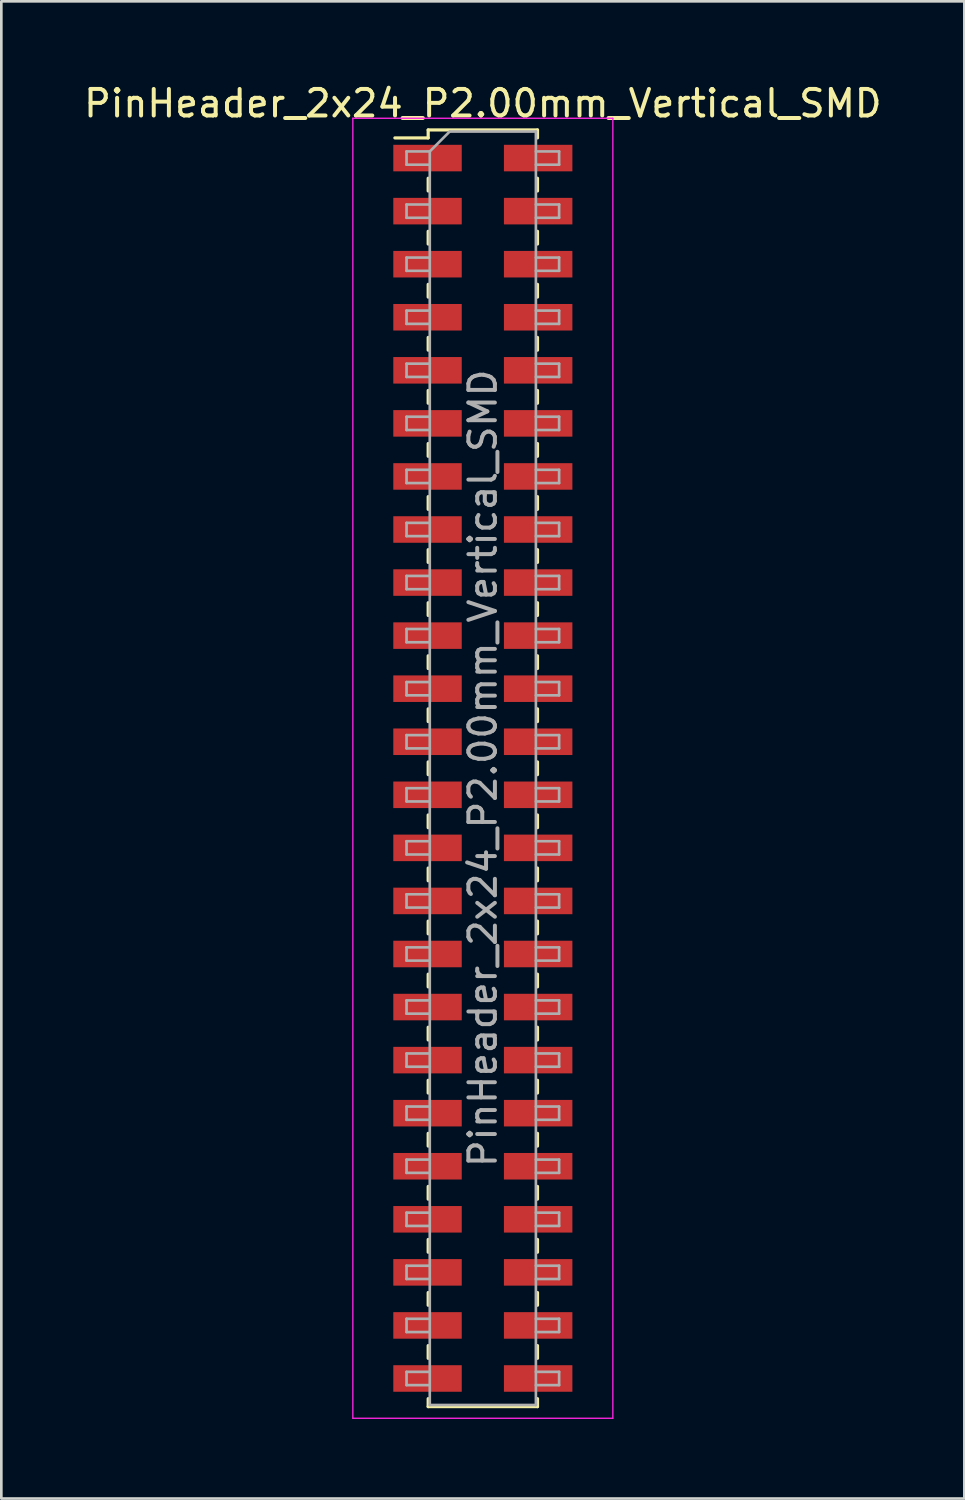
<source format=kicad_pcb>
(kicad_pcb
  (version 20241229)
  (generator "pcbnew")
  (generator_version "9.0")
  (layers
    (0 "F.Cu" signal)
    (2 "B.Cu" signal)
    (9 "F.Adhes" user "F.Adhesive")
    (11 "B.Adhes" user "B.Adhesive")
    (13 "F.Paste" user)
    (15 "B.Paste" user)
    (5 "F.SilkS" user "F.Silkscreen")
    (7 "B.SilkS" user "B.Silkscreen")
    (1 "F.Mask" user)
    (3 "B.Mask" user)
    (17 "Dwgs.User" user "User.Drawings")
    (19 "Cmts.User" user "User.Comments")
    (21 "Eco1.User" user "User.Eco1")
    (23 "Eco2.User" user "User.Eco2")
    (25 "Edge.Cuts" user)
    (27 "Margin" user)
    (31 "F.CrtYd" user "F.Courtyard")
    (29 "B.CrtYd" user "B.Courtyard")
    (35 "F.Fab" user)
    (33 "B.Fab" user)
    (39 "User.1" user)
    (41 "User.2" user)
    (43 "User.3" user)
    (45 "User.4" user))
  (footprint "PinHeader_2x24_P2.00mm_Vertical_SMD"
    (layer "F.Cu")
    (at 15.149 25.908)
    (property "Reference" "PinHeader_2x24_P2.00mm_Vertical_SMD" (at 0 -25.06 0) (layer "F.SilkS") (effects (font (size 1 1) (thickness 0.15))))
    (attr smd)
    (fp_line (start -3.315 -23.76) (end -2.06 -23.76) (stroke (width 0.12) (type solid)) (layer "F.SilkS"))
    (fp_line (start -2.06 -24.06) (end -2.06 -23.76) (stroke (width 0.12) (type solid)) (layer "F.SilkS"))
    (fp_line (start -2.06 -24.06) (end 2.06 -24.06) (stroke (width 0.12) (type solid)) (layer "F.SilkS"))
    (fp_line (start -2.06 -22.24) (end -2.06 -21.76) (stroke (width 0.12) (type solid)) (layer "F.SilkS"))
    (fp_line (start -2.06 -20.24) (end -2.06 -19.76) (stroke (width 0.12) (type solid)) (layer "F.SilkS"))
    (fp_line (start -2.06 -18.24) (end -2.06 -17.76) (stroke (width 0.12) (type solid)) (layer "F.SilkS"))
    (fp_line (start -2.06 -16.24) (end -2.06 -15.76) (stroke (width 0.12) (type solid)) (layer "F.SilkS"))
    (fp_line (start -2.06 -14.24) (end -2.06 -13.76) (stroke (width 0.12) (type solid)) (layer "F.SilkS"))
    (fp_line (start -2.06 -12.24) (end -2.06 -11.76) (stroke (width 0.12) (type solid)) (layer "F.SilkS"))
    (fp_line (start -2.06 -10.24) (end -2.06 -9.76) (stroke (width 0.12) (type solid)) (layer "F.SilkS"))
    (fp_line (start -2.06 -8.24) (end -2.06 -7.76) (stroke (width 0.12) (type solid)) (layer "F.SilkS"))
    (fp_line (start -2.06 -6.24) (end -2.06 -5.76) (stroke (width 0.12) (type solid)) (layer "F.SilkS"))
    (fp_line (start -2.06 -4.24) (end -2.06 -3.76) (stroke (width 0.12) (type solid)) (layer "F.SilkS"))
    (fp_line (start -2.06 -2.24) (end -2.06 -1.76) (stroke (width 0.12) (type solid)) (layer "F.SilkS"))
    (fp_line (start -2.06 -0.24) (end -2.06 0.24) (stroke (width 0.12) (type solid)) (layer "F.SilkS"))
    (fp_line (start -2.06 1.76) (end -2.06 2.24) (stroke (width 0.12) (type solid)) (layer "F.SilkS"))
    (fp_line (start -2.06 3.76) (end -2.06 4.24) (stroke (width 0.12) (type solid)) (layer "F.SilkS"))
    (fp_line (start -2.06 5.76) (end -2.06 6.24) (stroke (width 0.12) (type solid)) (layer "F.SilkS"))
    (fp_line (start -2.06 7.76) (end -2.06 8.24) (stroke (width 0.12) (type solid)) (layer "F.SilkS"))
    (fp_line (start -2.06 9.76) (end -2.06 10.24) (stroke (width 0.12) (type solid)) (layer "F.SilkS"))
    (fp_line (start -2.06 11.76) (end -2.06 12.24) (stroke (width 0.12) (type solid)) (layer "F.SilkS"))
    (fp_line (start -2.06 13.76) (end -2.06 14.24) (stroke (width 0.12) (type solid)) (layer "F.SilkS"))
    (fp_line (start -2.06 15.76) (end -2.06 16.24) (stroke (width 0.12) (type solid)) (layer "F.SilkS"))
    (fp_line (start -2.06 17.76) (end -2.06 18.24) (stroke (width 0.12) (type solid)) (layer "F.SilkS"))
    (fp_line (start -2.06 19.76) (end -2.06 20.24) (stroke (width 0.12) (type solid)) (layer "F.SilkS"))
    (fp_line (start -2.06 21.76) (end -2.06 22.24) (stroke (width 0.12) (type solid)) (layer "F.SilkS"))
    (fp_line (start -2.06 23.76) (end -2.06 24.06) (stroke (width 0.12) (type solid)) (layer "F.SilkS"))
    (fp_line (start -2.06 24.06) (end 2.06 24.06) (stroke (width 0.12) (type solid)) (layer "F.SilkS"))
    (fp_line (start 2.06 -24.06) (end 2.06 -23.76) (stroke (width 0.12) (type solid)) (layer "F.SilkS"))
    (fp_line (start 2.06 -22.24) (end 2.06 -21.76) (stroke (width 0.12) (type solid)) (layer "F.SilkS"))
    (fp_line (start 2.06 -20.24) (end 2.06 -19.76) (stroke (width 0.12) (type solid)) (layer "F.SilkS"))
    (fp_line (start 2.06 -18.24) (end 2.06 -17.76) (stroke (width 0.12) (type solid)) (layer "F.SilkS"))
    (fp_line (start 2.06 -16.24) (end 2.06 -15.76) (stroke (width 0.12) (type solid)) (layer "F.SilkS"))
    (fp_line (start 2.06 -14.24) (end 2.06 -13.76) (stroke (width 0.12) (type solid)) (layer "F.SilkS"))
    (fp_line (start 2.06 -12.24) (end 2.06 -11.76) (stroke (width 0.12) (type solid)) (layer "F.SilkS"))
    (fp_line (start 2.06 -10.24) (end 2.06 -9.76) (stroke (width 0.12) (type solid)) (layer "F.SilkS"))
    (fp_line (start 2.06 -8.24) (end 2.06 -7.76) (stroke (width 0.12) (type solid)) (layer "F.SilkS"))
    (fp_line (start 2.06 -6.24) (end 2.06 -5.76) (stroke (width 0.12) (type solid)) (layer "F.SilkS"))
    (fp_line (start 2.06 -4.24) (end 2.06 -3.76) (stroke (width 0.12) (type solid)) (layer "F.SilkS"))
    (fp_line (start 2.06 -2.24) (end 2.06 -1.76) (stroke (width 0.12) (type solid)) (layer "F.SilkS"))
    (fp_line (start 2.06 -0.24) (end 2.06 0.24) (stroke (width 0.12) (type solid)) (layer "F.SilkS"))
    (fp_line (start 2.06 1.76) (end 2.06 2.24) (stroke (width 0.12) (type solid)) (layer "F.SilkS"))
    (fp_line (start 2.06 3.76) (end 2.06 4.24) (stroke (width 0.12) (type solid)) (layer "F.SilkS"))
    (fp_line (start 2.06 5.76) (end 2.06 6.24) (stroke (width 0.12) (type solid)) (layer "F.SilkS"))
    (fp_line (start 2.06 7.76) (end 2.06 8.24) (stroke (width 0.12) (type solid)) (layer "F.SilkS"))
    (fp_line (start 2.06 9.76) (end 2.06 10.24) (stroke (width 0.12) (type solid)) (layer "F.SilkS"))
    (fp_line (start 2.06 11.76) (end 2.06 12.24) (stroke (width 0.12) (type solid)) (layer "F.SilkS"))
    (fp_line (start 2.06 13.76) (end 2.06 14.24) (stroke (width 0.12) (type solid)) (layer "F.SilkS"))
    (fp_line (start 2.06 15.76) (end 2.06 16.24) (stroke (width 0.12) (type solid)) (layer "F.SilkS"))
    (fp_line (start 2.06 17.76) (end 2.06 18.24) (stroke (width 0.12) (type solid)) (layer "F.SilkS"))
    (fp_line (start 2.06 19.76) (end 2.06 20.24) (stroke (width 0.12) (type solid)) (layer "F.SilkS"))
    (fp_line (start 2.06 21.76) (end 2.06 22.24) (stroke (width 0.12) (type solid)) (layer "F.SilkS"))
    (fp_line (start 2.06 23.76) (end 2.06 24.06) (stroke (width 0.12) (type solid)) (layer "F.SilkS"))
    (fp_line (start -4.9 -24.5) (end -4.9 24.5) (stroke (width 0.05) (type solid)) (layer "F.CrtYd"))
    (fp_line (start -4.9 24.5) (end 4.9 24.5) (stroke (width 0.05) (type solid)) (layer "F.CrtYd"))
    (fp_line (start 4.9 -24.5) (end -4.9 -24.5) (stroke (width 0.05) (type solid)) (layer "F.CrtYd"))
    (fp_line (start 4.9 24.5) (end 4.9 -24.5) (stroke (width 0.05) (type solid)) (layer "F.CrtYd"))
    (fp_line (start -2.875 -23.25) (end -2.875 -22.75) (stroke (width 0.1) (type solid)) (layer "F.Fab"))
    (fp_line (start -2.875 -22.75) (end -2 -22.75) (stroke (width 0.1) (type solid)) (layer "F.Fab"))
    (fp_line (start -2.875 -21.25) (end -2.875 -20.75) (stroke (width 0.1) (type solid)) (layer "F.Fab"))
    (fp_line (start -2.875 -20.75) (end -2 -20.75) (stroke (width 0.1) (type solid)) (layer "F.Fab"))
    (fp_line (start -2.875 -19.25) (end -2.875 -18.75) (stroke (width 0.1) (type solid)) (layer "F.Fab"))
    (fp_line (start -2.875 -18.75) (end -2 -18.75) (stroke (width 0.1) (type solid)) (layer "F.Fab"))
    (fp_line (start -2.875 -17.25) (end -2.875 -16.75) (stroke (width 0.1) (type solid)) (layer "F.Fab"))
    (fp_line (start -2.875 -16.75) (end -2 -16.75) (stroke (width 0.1) (type solid)) (layer "F.Fab"))
    (fp_line (start -2.875 -15.25) (end -2.875 -14.75) (stroke (width 0.1) (type solid)) (layer "F.Fab"))
    (fp_line (start -2.875 -14.75) (end -2 -14.75) (stroke (width 0.1) (type solid)) (layer "F.Fab"))
    (fp_line (start -2.875 -13.25) (end -2.875 -12.75) (stroke (width 0.1) (type solid)) (layer "F.Fab"))
    (fp_line (start -2.875 -12.75) (end -2 -12.75) (stroke (width 0.1) (type solid)) (layer "F.Fab"))
    (fp_line (start -2.875 -11.25) (end -2.875 -10.75) (stroke (width 0.1) (type solid)) (layer "F.Fab"))
    (fp_line (start -2.875 -10.75) (end -2 -10.75) (stroke (width 0.1) (type solid)) (layer "F.Fab"))
    (fp_line (start -2.875 -9.25) (end -2.875 -8.75) (stroke (width 0.1) (type solid)) (layer "F.Fab"))
    (fp_line (start -2.875 -8.75) (end -2 -8.75) (stroke (width 0.1) (type solid)) (layer "F.Fab"))
    (fp_line (start -2.875 -7.25) (end -2.875 -6.75) (stroke (width 0.1) (type solid)) (layer "F.Fab"))
    (fp_line (start -2.875 -6.75) (end -2 -6.75) (stroke (width 0.1) (type solid)) (layer "F.Fab"))
    (fp_line (start -2.875 -5.25) (end -2.875 -4.75) (stroke (width 0.1) (type solid)) (layer "F.Fab"))
    (fp_line (start -2.875 -4.75) (end -2 -4.75) (stroke (width 0.1) (type solid)) (layer "F.Fab"))
    (fp_line (start -2.875 -3.25) (end -2.875 -2.75) (stroke (width 0.1) (type solid)) (layer "F.Fab"))
    (fp_line (start -2.875 -2.75) (end -2 -2.75) (stroke (width 0.1) (type solid)) (layer "F.Fab"))
    (fp_line (start -2.875 -1.25) (end -2.875 -0.75) (stroke (width 0.1) (type solid)) (layer "F.Fab"))
    (fp_line (start -2.875 -0.75) (end -2 -0.75) (stroke (width 0.1) (type solid)) (layer "F.Fab"))
    (fp_line (start -2.875 0.75) (end -2.875 1.25) (stroke (width 0.1) (type solid)) (layer "F.Fab"))
    (fp_line (start -2.875 1.25) (end -2 1.25) (stroke (width 0.1) (type solid)) (layer "F.Fab"))
    (fp_line (start -2.875 2.75) (end -2.875 3.25) (stroke (width 0.1) (type solid)) (layer "F.Fab"))
    (fp_line (start -2.875 3.25) (end -2 3.25) (stroke (width 0.1) (type solid)) (layer "F.Fab"))
    (fp_line (start -2.875 4.75) (end -2.875 5.25) (stroke (width 0.1) (type solid)) (layer "F.Fab"))
    (fp_line (start -2.875 5.25) (end -2 5.25) (stroke (width 0.1) (type solid)) (layer "F.Fab"))
    (fp_line (start -2.875 6.75) (end -2.875 7.25) (stroke (width 0.1) (type solid)) (layer "F.Fab"))
    (fp_line (start -2.875 7.25) (end -2 7.25) (stroke (width 0.1) (type solid)) (layer "F.Fab"))
    (fp_line (start -2.875 8.75) (end -2.875 9.25) (stroke (width 0.1) (type solid)) (layer "F.Fab"))
    (fp_line (start -2.875 9.25) (end -2 9.25) (stroke (width 0.1) (type solid)) (layer "F.Fab"))
    (fp_line (start -2.875 10.75) (end -2.875 11.25) (stroke (width 0.1) (type solid)) (layer "F.Fab"))
    (fp_line (start -2.875 11.25) (end -2 11.25) (stroke (width 0.1) (type solid)) (layer "F.Fab"))
    (fp_line (start -2.875 12.75) (end -2.875 13.25) (stroke (width 0.1) (type solid)) (layer "F.Fab"))
    (fp_line (start -2.875 13.25) (end -2 13.25) (stroke (width 0.1) (type solid)) (layer "F.Fab"))
    (fp_line (start -2.875 14.75) (end -2.875 15.25) (stroke (width 0.1) (type solid)) (layer "F.Fab"))
    (fp_line (start -2.875 15.25) (end -2 15.25) (stroke (width 0.1) (type solid)) (layer "F.Fab"))
    (fp_line (start -2.875 16.75) (end -2.875 17.25) (stroke (width 0.1) (type solid)) (layer "F.Fab"))
    (fp_line (start -2.875 17.25) (end -2 17.25) (stroke (width 0.1) (type solid)) (layer "F.Fab"))
    (fp_line (start -2.875 18.75) (end -2.875 19.25) (stroke (width 0.1) (type solid)) (layer "F.Fab"))
    (fp_line (start -2.875 19.25) (end -2 19.25) (stroke (width 0.1) (type solid)) (layer "F.Fab"))
    (fp_line (start -2.875 20.75) (end -2.875 21.25) (stroke (width 0.1) (type solid)) (layer "F.Fab"))
    (fp_line (start -2.875 21.25) (end -2 21.25) (stroke (width 0.1) (type solid)) (layer "F.Fab"))
    (fp_line (start -2.875 22.75) (end -2.875 23.25) (stroke (width 0.1) (type solid)) (layer "F.Fab"))
    (fp_line (start -2.875 23.25) (end -2 23.25) (stroke (width 0.1) (type solid)) (layer "F.Fab"))
    (fp_line (start -2 -23.25) (end -2.875 -23.25) (stroke (width 0.1) (type solid)) (layer "F.Fab"))
    (fp_line (start -2 -23.25) (end -1.25 -24) (stroke (width 0.1) (type solid)) (layer "F.Fab"))
    (fp_line (start -2 -21.25) (end -2.875 -21.25) (stroke (width 0.1) (type solid)) (layer "F.Fab"))
    (fp_line (start -2 -19.25) (end -2.875 -19.25) (stroke (width 0.1) (type solid)) (layer "F.Fab"))
    (fp_line (start -2 -17.25) (end -2.875 -17.25) (stroke (width 0.1) (type solid)) (layer "F.Fab"))
    (fp_line (start -2 -15.25) (end -2.875 -15.25) (stroke (width 0.1) (type solid)) (layer "F.Fab"))
    (fp_line (start -2 -13.25) (end -2.875 -13.25) (stroke (width 0.1) (type solid)) (layer "F.Fab"))
    (fp_line (start -2 -11.25) (end -2.875 -11.25) (stroke (width 0.1) (type solid)) (layer "F.Fab"))
    (fp_line (start -2 -9.25) (end -2.875 -9.25) (stroke (width 0.1) (type solid)) (layer "F.Fab"))
    (fp_line (start -2 -7.25) (end -2.875 -7.25) (stroke (width 0.1) (type solid)) (layer "F.Fab"))
    (fp_line (start -2 -5.25) (end -2.875 -5.25) (stroke (width 0.1) (type solid)) (layer "F.Fab"))
    (fp_line (start -2 -3.25) (end -2.875 -3.25) (stroke (width 0.1) (type solid)) (layer "F.Fab"))
    (fp_line (start -2 -1.25) (end -2.875 -1.25) (stroke (width 0.1) (type solid)) (layer "F.Fab"))
    (fp_line (start -2 0.75) (end -2.875 0.75) (stroke (width 0.1) (type solid)) (layer "F.Fab"))
    (fp_line (start -2 2.75) (end -2.875 2.75) (stroke (width 0.1) (type solid)) (layer "F.Fab"))
    (fp_line (start -2 4.75) (end -2.875 4.75) (stroke (width 0.1) (type solid)) (layer "F.Fab"))
    (fp_line (start -2 6.75) (end -2.875 6.75) (stroke (width 0.1) (type solid)) (layer "F.Fab"))
    (fp_line (start -2 8.75) (end -2.875 8.75) (stroke (width 0.1) (type solid)) (layer "F.Fab"))
    (fp_line (start -2 10.75) (end -2.875 10.75) (stroke (width 0.1) (type solid)) (layer "F.Fab"))
    (fp_line (start -2 12.75) (end -2.875 12.75) (stroke (width 0.1) (type solid)) (layer "F.Fab"))
    (fp_line (start -2 14.75) (end -2.875 14.75) (stroke (width 0.1) (type solid)) (layer "F.Fab"))
    (fp_line (start -2 16.75) (end -2.875 16.75) (stroke (width 0.1) (type solid)) (layer "F.Fab"))
    (fp_line (start -2 18.75) (end -2.875 18.75) (stroke (width 0.1) (type solid)) (layer "F.Fab"))
    (fp_line (start -2 20.75) (end -2.875 20.75) (stroke (width 0.1) (type solid)) (layer "F.Fab"))
    (fp_line (start -2 22.75) (end -2.875 22.75) (stroke (width 0.1) (type solid)) (layer "F.Fab"))
    (fp_line (start -2 24) (end -2 -23.25) (stroke (width 0.1) (type solid)) (layer "F.Fab"))
    (fp_line (start -1.25 -24) (end 2 -24) (stroke (width 0.1) (type solid)) (layer "F.Fab"))
    (fp_line (start 2 -24) (end 2 24) (stroke (width 0.1) (type solid)) (layer "F.Fab"))
    (fp_line (start 2 -23.25) (end 2.875 -23.25) (stroke (width 0.1) (type solid)) (layer "F.Fab"))
    (fp_line (start 2 -21.25) (end 2.875 -21.25) (stroke (width 0.1) (type solid)) (layer "F.Fab"))
    (fp_line (start 2 -19.25) (end 2.875 -19.25) (stroke (width 0.1) (type solid)) (layer "F.Fab"))
    (fp_line (start 2 -17.25) (end 2.875 -17.25) (stroke (width 0.1) (type solid)) (layer "F.Fab"))
    (fp_line (start 2 -15.25) (end 2.875 -15.25) (stroke (width 0.1) (type solid)) (layer "F.Fab"))
    (fp_line (start 2 -13.25) (end 2.875 -13.25) (stroke (width 0.1) (type solid)) (layer "F.Fab"))
    (fp_line (start 2 -11.25) (end 2.875 -11.25) (stroke (width 0.1) (type solid)) (layer "F.Fab"))
    (fp_line (start 2 -9.25) (end 2.875 -9.25) (stroke (width 0.1) (type solid)) (layer "F.Fab"))
    (fp_line (start 2 -7.25) (end 2.875 -7.25) (stroke (width 0.1) (type solid)) (layer "F.Fab"))
    (fp_line (start 2 -5.25) (end 2.875 -5.25) (stroke (width 0.1) (type solid)) (layer "F.Fab"))
    (fp_line (start 2 -3.25) (end 2.875 -3.25) (stroke (width 0.1) (type solid)) (layer "F.Fab"))
    (fp_line (start 2 -1.25) (end 2.875 -1.25) (stroke (width 0.1) (type solid)) (layer "F.Fab"))
    (fp_line (start 2 0.75) (end 2.875 0.75) (stroke (width 0.1) (type solid)) (layer "F.Fab"))
    (fp_line (start 2 2.75) (end 2.875 2.75) (stroke (width 0.1) (type solid)) (layer "F.Fab"))
    (fp_line (start 2 4.75) (end 2.875 4.75) (stroke (width 0.1) (type solid)) (layer "F.Fab"))
    (fp_line (start 2 6.75) (end 2.875 6.75) (stroke (width 0.1) (type solid)) (layer "F.Fab"))
    (fp_line (start 2 8.75) (end 2.875 8.75) (stroke (width 0.1) (type solid)) (layer "F.Fab"))
    (fp_line (start 2 10.75) (end 2.875 10.75) (stroke (width 0.1) (type solid)) (layer "F.Fab"))
    (fp_line (start 2 12.75) (end 2.875 12.75) (stroke (width 0.1) (type solid)) (layer "F.Fab"))
    (fp_line (start 2 14.75) (end 2.875 14.75) (stroke (width 0.1) (type solid)) (layer "F.Fab"))
    (fp_line (start 2 16.75) (end 2.875 16.75) (stroke (width 0.1) (type solid)) (layer "F.Fab"))
    (fp_line (start 2 18.75) (end 2.875 18.75) (stroke (width 0.1) (type solid)) (layer "F.Fab"))
    (fp_line (start 2 20.75) (end 2.875 20.75) (stroke (width 0.1) (type solid)) (layer "F.Fab"))
    (fp_line (start 2 22.75) (end 2.875 22.75) (stroke (width 0.1) (type solid)) (layer "F.Fab"))
    (fp_line (start 2 24) (end -2 24) (stroke (width 0.1) (type solid)) (layer "F.Fab"))
    (fp_line (start 2.875 -23.25) (end 2.875 -22.75) (stroke (width 0.1) (type solid)) (layer "F.Fab"))
    (fp_line (start 2.875 -22.75) (end 2 -22.75) (stroke (width 0.1) (type solid)) (layer "F.Fab"))
    (fp_line (start 2.875 -21.25) (end 2.875 -20.75) (stroke (width 0.1) (type solid)) (layer "F.Fab"))
    (fp_line (start 2.875 -20.75) (end 2 -20.75) (stroke (width 0.1) (type solid)) (layer "F.Fab"))
    (fp_line (start 2.875 -19.25) (end 2.875 -18.75) (stroke (width 0.1) (type solid)) (layer "F.Fab"))
    (fp_line (start 2.875 -18.75) (end 2 -18.75) (stroke (width 0.1) (type solid)) (layer "F.Fab"))
    (fp_line (start 2.875 -17.25) (end 2.875 -16.75) (stroke (width 0.1) (type solid)) (layer "F.Fab"))
    (fp_line (start 2.875 -16.75) (end 2 -16.75) (stroke (width 0.1) (type solid)) (layer "F.Fab"))
    (fp_line (start 2.875 -15.25) (end 2.875 -14.75) (stroke (width 0.1) (type solid)) (layer "F.Fab"))
    (fp_line (start 2.875 -14.75) (end 2 -14.75) (stroke (width 0.1) (type solid)) (layer "F.Fab"))
    (fp_line (start 2.875 -13.25) (end 2.875 -12.75) (stroke (width 0.1) (type solid)) (layer "F.Fab"))
    (fp_line (start 2.875 -12.75) (end 2 -12.75) (stroke (width 0.1) (type solid)) (layer "F.Fab"))
    (fp_line (start 2.875 -11.25) (end 2.875 -10.75) (stroke (width 0.1) (type solid)) (layer "F.Fab"))
    (fp_line (start 2.875 -10.75) (end 2 -10.75) (stroke (width 0.1) (type solid)) (layer "F.Fab"))
    (fp_line (start 2.875 -9.25) (end 2.875 -8.75) (stroke (width 0.1) (type solid)) (layer "F.Fab"))
    (fp_line (start 2.875 -8.75) (end 2 -8.75) (stroke (width 0.1) (type solid)) (layer "F.Fab"))
    (fp_line (start 2.875 -7.25) (end 2.875 -6.75) (stroke (width 0.1) (type solid)) (layer "F.Fab"))
    (fp_line (start 2.875 -6.75) (end 2 -6.75) (stroke (width 0.1) (type solid)) (layer "F.Fab"))
    (fp_line (start 2.875 -5.25) (end 2.875 -4.75) (stroke (width 0.1) (type solid)) (layer "F.Fab"))
    (fp_line (start 2.875 -4.75) (end 2 -4.75) (stroke (width 0.1) (type solid)) (layer "F.Fab"))
    (fp_line (start 2.875 -3.25) (end 2.875 -2.75) (stroke (width 0.1) (type solid)) (layer "F.Fab"))
    (fp_line (start 2.875 -2.75) (end 2 -2.75) (stroke (width 0.1) (type solid)) (layer "F.Fab"))
    (fp_line (start 2.875 -1.25) (end 2.875 -0.75) (stroke (width 0.1) (type solid)) (layer "F.Fab"))
    (fp_line (start 2.875 -0.75) (end 2 -0.75) (stroke (width 0.1) (type solid)) (layer "F.Fab"))
    (fp_line (start 2.875 0.75) (end 2.875 1.25) (stroke (width 0.1) (type solid)) (layer "F.Fab"))
    (fp_line (start 2.875 1.25) (end 2 1.25) (stroke (width 0.1) (type solid)) (layer "F.Fab"))
    (fp_line (start 2.875 2.75) (end 2.875 3.25) (stroke (width 0.1) (type solid)) (layer "F.Fab"))
    (fp_line (start 2.875 3.25) (end 2 3.25) (stroke (width 0.1) (type solid)) (layer "F.Fab"))
    (fp_line (start 2.875 4.75) (end 2.875 5.25) (stroke (width 0.1) (type solid)) (layer "F.Fab"))
    (fp_line (start 2.875 5.25) (end 2 5.25) (stroke (width 0.1) (type solid)) (layer "F.Fab"))
    (fp_line (start 2.875 6.75) (end 2.875 7.25) (stroke (width 0.1) (type solid)) (layer "F.Fab"))
    (fp_line (start 2.875 7.25) (end 2 7.25) (stroke (width 0.1) (type solid)) (layer "F.Fab"))
    (fp_line (start 2.875 8.75) (end 2.875 9.25) (stroke (width 0.1) (type solid)) (layer "F.Fab"))
    (fp_line (start 2.875 9.25) (end 2 9.25) (stroke (width 0.1) (type solid)) (layer "F.Fab"))
    (fp_line (start 2.875 10.75) (end 2.875 11.25) (stroke (width 0.1) (type solid)) (layer "F.Fab"))
    (fp_line (start 2.875 11.25) (end 2 11.25) (stroke (width 0.1) (type solid)) (layer "F.Fab"))
    (fp_line (start 2.875 12.75) (end 2.875 13.25) (stroke (width 0.1) (type solid)) (layer "F.Fab"))
    (fp_line (start 2.875 13.25) (end 2 13.25) (stroke (width 0.1) (type solid)) (layer "F.Fab"))
    (fp_line (start 2.875 14.75) (end 2.875 15.25) (stroke (width 0.1) (type solid)) (layer "F.Fab"))
    (fp_line (start 2.875 15.25) (end 2 15.25) (stroke (width 0.1) (type solid)) (layer "F.Fab"))
    (fp_line (start 2.875 16.75) (end 2.875 17.25) (stroke (width 0.1) (type solid)) (layer "F.Fab"))
    (fp_line (start 2.875 17.25) (end 2 17.25) (stroke (width 0.1) (type solid)) (layer "F.Fab"))
    (fp_line (start 2.875 18.75) (end 2.875 19.25) (stroke (width 0.1) (type solid)) (layer "F.Fab"))
    (fp_line (start 2.875 19.25) (end 2 19.25) (stroke (width 0.1) (type solid)) (layer "F.Fab"))
    (fp_line (start 2.875 20.75) (end 2.875 21.25) (stroke (width 0.1) (type solid)) (layer "F.Fab"))
    (fp_line (start 2.875 21.25) (end 2 21.25) (stroke (width 0.1) (type solid)) (layer "F.Fab"))
    (fp_line (start 2.875 22.75) (end 2.875 23.25) (stroke (width 0.1) (type solid)) (layer "F.Fab"))
    (fp_line (start 2.875 23.25) (end 2 23.25) (stroke (width 0.1) (type solid)) (layer "F.Fab"))
    (fp_text user "${REFERENCE}" (at 0 0 90) (layer "F.Fab") (effects (font (size 1 1) (thickness 0.15))))
    (pad "1" smd rect (at -2.085 -23) (size 2.58 1) (layers "F.Cu" "F.Mask" "F.Paste"))
    (pad "2" smd rect (at 2.085 -23) (size 2.58 1) (layers "F.Cu" "F.Mask" "F.Paste"))
    (pad "3" smd rect (at -2.085 -21) (size 2.58 1) (layers "F.Cu" "F.Mask" "F.Paste"))
    (pad "4" smd rect (at 2.085 -21) (size 2.58 1) (layers "F.Cu" "F.Mask" "F.Paste"))
    (pad "5" smd rect (at -2.085 -19) (size 2.58 1) (layers "F.Cu" "F.Mask" "F.Paste"))
    (pad "6" smd rect (at 2.085 -19) (size 2.58 1) (layers "F.Cu" "F.Mask" "F.Paste"))
    (pad "7" smd rect (at -2.085 -17) (size 2.58 1) (layers "F.Cu" "F.Mask" "F.Paste"))
    (pad "8" smd rect (at 2.085 -17) (size 2.58 1) (layers "F.Cu" "F.Mask" "F.Paste"))
    (pad "9" smd rect (at -2.085 -15) (size 2.58 1) (layers "F.Cu" "F.Mask" "F.Paste"))
    (pad "10" smd rect (at 2.085 -15) (size 2.58 1) (layers "F.Cu" "F.Mask" "F.Paste"))
    (pad "11" smd rect (at -2.085 -13) (size 2.58 1) (layers "F.Cu" "F.Mask" "F.Paste"))
    (pad "12" smd rect (at 2.085 -13) (size 2.58 1) (layers "F.Cu" "F.Mask" "F.Paste"))
    (pad "13" smd rect (at -2.085 -11) (size 2.58 1) (layers "F.Cu" "F.Mask" "F.Paste"))
    (pad "14" smd rect (at 2.085 -11) (size 2.58 1) (layers "F.Cu" "F.Mask" "F.Paste"))
    (pad "15" smd rect (at -2.085 -9) (size 2.58 1) (layers "F.Cu" "F.Mask" "F.Paste"))
    (pad "16" smd rect (at 2.085 -9) (size 2.58 1) (layers "F.Cu" "F.Mask" "F.Paste"))
    (pad "17" smd rect (at -2.085 -7) (size 2.58 1) (layers "F.Cu" "F.Mask" "F.Paste"))
    (pad "18" smd rect (at 2.085 -7) (size 2.58 1) (layers "F.Cu" "F.Mask" "F.Paste"))
    (pad "19" smd rect (at -2.085 -5) (size 2.58 1) (layers "F.Cu" "F.Mask" "F.Paste"))
    (pad "20" smd rect (at 2.085 -5) (size 2.58 1) (layers "F.Cu" "F.Mask" "F.Paste"))
    (pad "21" smd rect (at -2.085 -3) (size 2.58 1) (layers "F.Cu" "F.Mask" "F.Paste"))
    (pad "22" smd rect (at 2.085 -3) (size 2.58 1) (layers "F.Cu" "F.Mask" "F.Paste"))
    (pad "23" smd rect (at -2.085 -1) (size 2.58 1) (layers "F.Cu" "F.Mask" "F.Paste"))
    (pad "24" smd rect (at 2.085 -1) (size 2.58 1) (layers "F.Cu" "F.Mask" "F.Paste"))
    (pad "25" smd rect (at -2.085 1) (size 2.58 1) (layers "F.Cu" "F.Mask" "F.Paste"))
    (pad "26" smd rect (at 2.085 1) (size 2.58 1) (layers "F.Cu" "F.Mask" "F.Paste"))
    (pad "27" smd rect (at -2.085 3) (size 2.58 1) (layers "F.Cu" "F.Mask" "F.Paste"))
    (pad "28" smd rect (at 2.085 3) (size 2.58 1) (layers "F.Cu" "F.Mask" "F.Paste"))
    (pad "29" smd rect (at -2.085 5) (size 2.58 1) (layers "F.Cu" "F.Mask" "F.Paste"))
    (pad "30" smd rect (at 2.085 5) (size 2.58 1) (layers "F.Cu" "F.Mask" "F.Paste"))
    (pad "31" smd rect (at -2.085 7) (size 2.58 1) (layers "F.Cu" "F.Mask" "F.Paste"))
    (pad "32" smd rect (at 2.085 7) (size 2.58 1) (layers "F.Cu" "F.Mask" "F.Paste"))
    (pad "33" smd rect (at -2.085 9) (size 2.58 1) (layers "F.Cu" "F.Mask" "F.Paste"))
    (pad "34" smd rect (at 2.085 9) (size 2.58 1) (layers "F.Cu" "F.Mask" "F.Paste"))
    (pad "35" smd rect (at -2.085 11) (size 2.58 1) (layers "F.Cu" "F.Mask" "F.Paste"))
    (pad "36" smd rect (at 2.085 11) (size 2.58 1) (layers "F.Cu" "F.Mask" "F.Paste"))
    (pad "37" smd rect (at -2.085 13) (size 2.58 1) (layers "F.Cu" "F.Mask" "F.Paste"))
    (pad "38" smd rect (at 2.085 13) (size 2.58 1) (layers "F.Cu" "F.Mask" "F.Paste"))
    (pad "39" smd rect (at -2.085 15) (size 2.58 1) (layers "F.Cu" "F.Mask" "F.Paste"))
    (pad "40" smd rect (at 2.085 15) (size 2.58 1) (layers "F.Cu" "F.Mask" "F.Paste"))
    (pad "41" smd rect (at -2.085 17) (size 2.58 1) (layers "F.Cu" "F.Mask" "F.Paste"))
    (pad "42" smd rect (at 2.085 17) (size 2.58 1) (layers "F.Cu" "F.Mask" "F.Paste"))
    (pad "43" smd rect (at -2.085 19) (size 2.58 1) (layers "F.Cu" "F.Mask" "F.Paste"))
    (pad "44" smd rect (at 2.085 19) (size 2.58 1) (layers "F.Cu" "F.Mask" "F.Paste"))
    (pad "45" smd rect (at -2.085 21) (size 2.58 1) (layers "F.Cu" "F.Mask" "F.Paste"))
    (pad "46" smd rect (at 2.085 21) (size 2.58 1) (layers "F.Cu" "F.Mask" "F.Paste"))
    (pad "47" smd rect (at -2.085 23) (size 2.58 1) (layers "F.Cu" "F.Mask" "F.Paste"))
    (pad "48" smd rect (at 2.085 23) (size 2.58 1) (layers "F.Cu" "F.Mask" "F.Paste")))
  (gr_rect
    (start -3 -3)
    (end 33.298 53.433)
    (stroke (width 0.1) (type default))
    (fill no)
    (layer "Edge.Cuts")))
</source>
